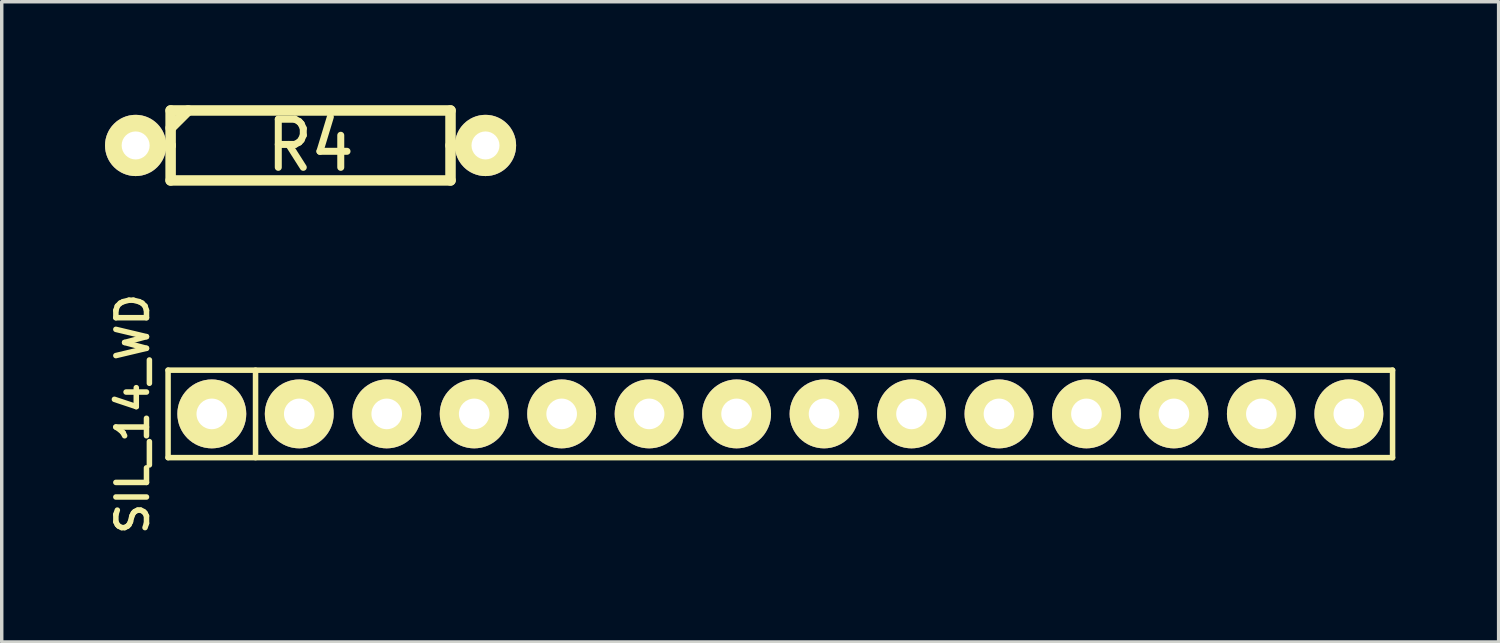
<source format=kicad_pcb>
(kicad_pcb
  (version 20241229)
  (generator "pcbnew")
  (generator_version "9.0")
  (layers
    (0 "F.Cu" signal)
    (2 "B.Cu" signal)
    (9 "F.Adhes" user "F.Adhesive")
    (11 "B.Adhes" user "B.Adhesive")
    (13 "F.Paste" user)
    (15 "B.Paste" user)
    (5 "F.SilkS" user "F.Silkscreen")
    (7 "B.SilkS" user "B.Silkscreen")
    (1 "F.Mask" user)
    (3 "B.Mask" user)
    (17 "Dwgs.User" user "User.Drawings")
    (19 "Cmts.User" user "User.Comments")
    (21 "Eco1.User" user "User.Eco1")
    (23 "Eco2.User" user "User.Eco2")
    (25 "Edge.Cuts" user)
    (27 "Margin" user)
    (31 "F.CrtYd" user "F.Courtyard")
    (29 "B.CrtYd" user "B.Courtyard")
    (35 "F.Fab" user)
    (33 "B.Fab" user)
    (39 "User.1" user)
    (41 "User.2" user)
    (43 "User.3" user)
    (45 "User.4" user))
  (footprint "R4"
    (layer "F.Cu")
    (at 5.969 1.174)
    (property "Reference" "R4" (at 0 0 0) (layer "F.SilkS") (effects (font (size 1.397 1.27) (thickness 0.203))))
    (attr through_hole)
    (fp_line (start -5.08 0) (end -4.064 0) (stroke (width 0.305) (type solid)) (layer "F.SilkS"))
    (fp_line (start -4.064 -1.016) (end 4.064 -1.016) (stroke (width 0.305) (type solid)) (layer "F.SilkS"))
    (fp_line (start -4.064 -0.508) (end -3.556 -1.016) (stroke (width 0.305) (type solid)) (layer "F.SilkS"))
    (fp_line (start -4.064 0) (end -4.064 -1.016) (stroke (width 0.305) (type solid)) (layer "F.SilkS"))
    (fp_line (start -4.064 1.016) (end -4.064 0) (stroke (width 0.305) (type solid)) (layer "F.SilkS"))
    (fp_line (start 4.064 -1.016) (end 4.064 1.016) (stroke (width 0.305) (type solid)) (layer "F.SilkS"))
    (fp_line (start 4.064 1.016) (end -4.064 1.016) (stroke (width 0.305) (type solid)) (layer "F.SilkS"))
    (fp_line (start 5.08 0) (end 4.064 0) (stroke (width 0.305) (type solid)) (layer "F.SilkS"))
    (pad "1" thru_hole circle (at -5.08 0) (size 1.778 1.778) (drill 0.813) (layers "*.Cu" "*.Mask" "F.SilkS"))
    (pad "2" thru_hole circle (at 5.08 0) (size 1.778 1.778) (drill 0.813) (layers "*.Cu" "*.Mask" "F.SilkS")))
  (footprint "SIL_14_WD"
    (layer "F.Cu")
    (at 3.101 8.97)
    (property "Reference" "SIL_14_WD" (at -2.3 0 90) (layer "F.SilkS") (effects (font (size 0.889 0.889) (thickness 0.16))))
    (attr through_hole)
    (fp_line (start -1.27 -1.27) (end 34.29 -1.27) (stroke (width 0.16) (type solid)) (layer "F.SilkS"))
    (fp_line (start -1.27 1.27) (end -1.27 -1.27) (stroke (width 0.16) (type solid)) (layer "F.SilkS"))
    (fp_line (start 1.27 1.27) (end 1.27 -1.27) (stroke (width 0.16) (type solid)) (layer "F.SilkS"))
    (fp_line (start 34.29 -1.27) (end 34.29 1.27) (stroke (width 0.16) (type solid)) (layer "F.SilkS"))
    (fp_line (start 34.29 1.27) (end -1.27 1.27) (stroke (width 0.16) (type solid)) (layer "F.SilkS"))
    (pad "1" thru_hole circle (at 0 0) (size 2 2) (drill 0.889) (layers "*.Cu" "*.Mask" "F.SilkS"))
    (pad "2" thru_hole circle (at 2.54 0) (size 2 2) (drill 0.889) (layers "*.Cu" "*.Mask" "F.SilkS"))
    (pad "3" thru_hole circle (at 5.08 0) (size 2 2) (drill 0.889) (layers "*.Cu" "*.Mask" "F.SilkS"))
    (pad "4" thru_hole circle (at 7.62 0) (size 2 2) (drill 0.889) (layers "*.Cu" "*.Mask" "F.SilkS"))
    (pad "5" thru_hole circle (at 10.16 0) (size 2 2) (drill 0.889) (layers "*.Cu" "*.Mask" "F.SilkS"))
    (pad "6" thru_hole circle (at 12.7 0) (size 2 2) (drill 0.889) (layers "*.Cu" "*.Mask" "F.SilkS"))
    (pad "7" thru_hole circle (at 15.24 0) (size 2 2) (drill 0.889) (layers "*.Cu" "*.Mask" "F.SilkS"))
    (pad "8" thru_hole circle (at 17.78 0) (size 2 2) (drill 0.889) (layers "*.Cu" "*.Mask" "F.SilkS"))
    (pad "9" thru_hole circle (at 20.32 0) (size 2 2) (drill 0.889) (layers "*.Cu" "*.Mask" "F.SilkS"))
    (pad "10" thru_hole circle (at 22.86 0) (size 2 2) (drill 0.889) (layers "*.Cu" "*.Mask" "F.SilkS"))
    (pad "11" thru_hole circle (at 25.4 0) (size 2 2) (drill 0.889) (layers "*.Cu" "*.Mask" "F.SilkS"))
    (pad "12" thru_hole circle (at 27.94 0) (size 2 2) (drill 0.889) (layers "*.Cu" "*.Mask" "F.SilkS"))
    (pad "13" thru_hole circle (at 30.48 0) (size 2 2) (drill 0.889) (layers "*.Cu" "*.Mask" "F.SilkS"))
    (pad "14" thru_hole circle (at 33.02 0) (size 2 2) (drill 0.889) (layers "*.Cu" "*.Mask" "F.SilkS")))
  (gr_rect
    (start -3 -3)
    (end 40.471 15.593)
    (stroke (width 0.1) (type default))
    (fill no)
    (layer "Edge.Cuts")))
</source>
